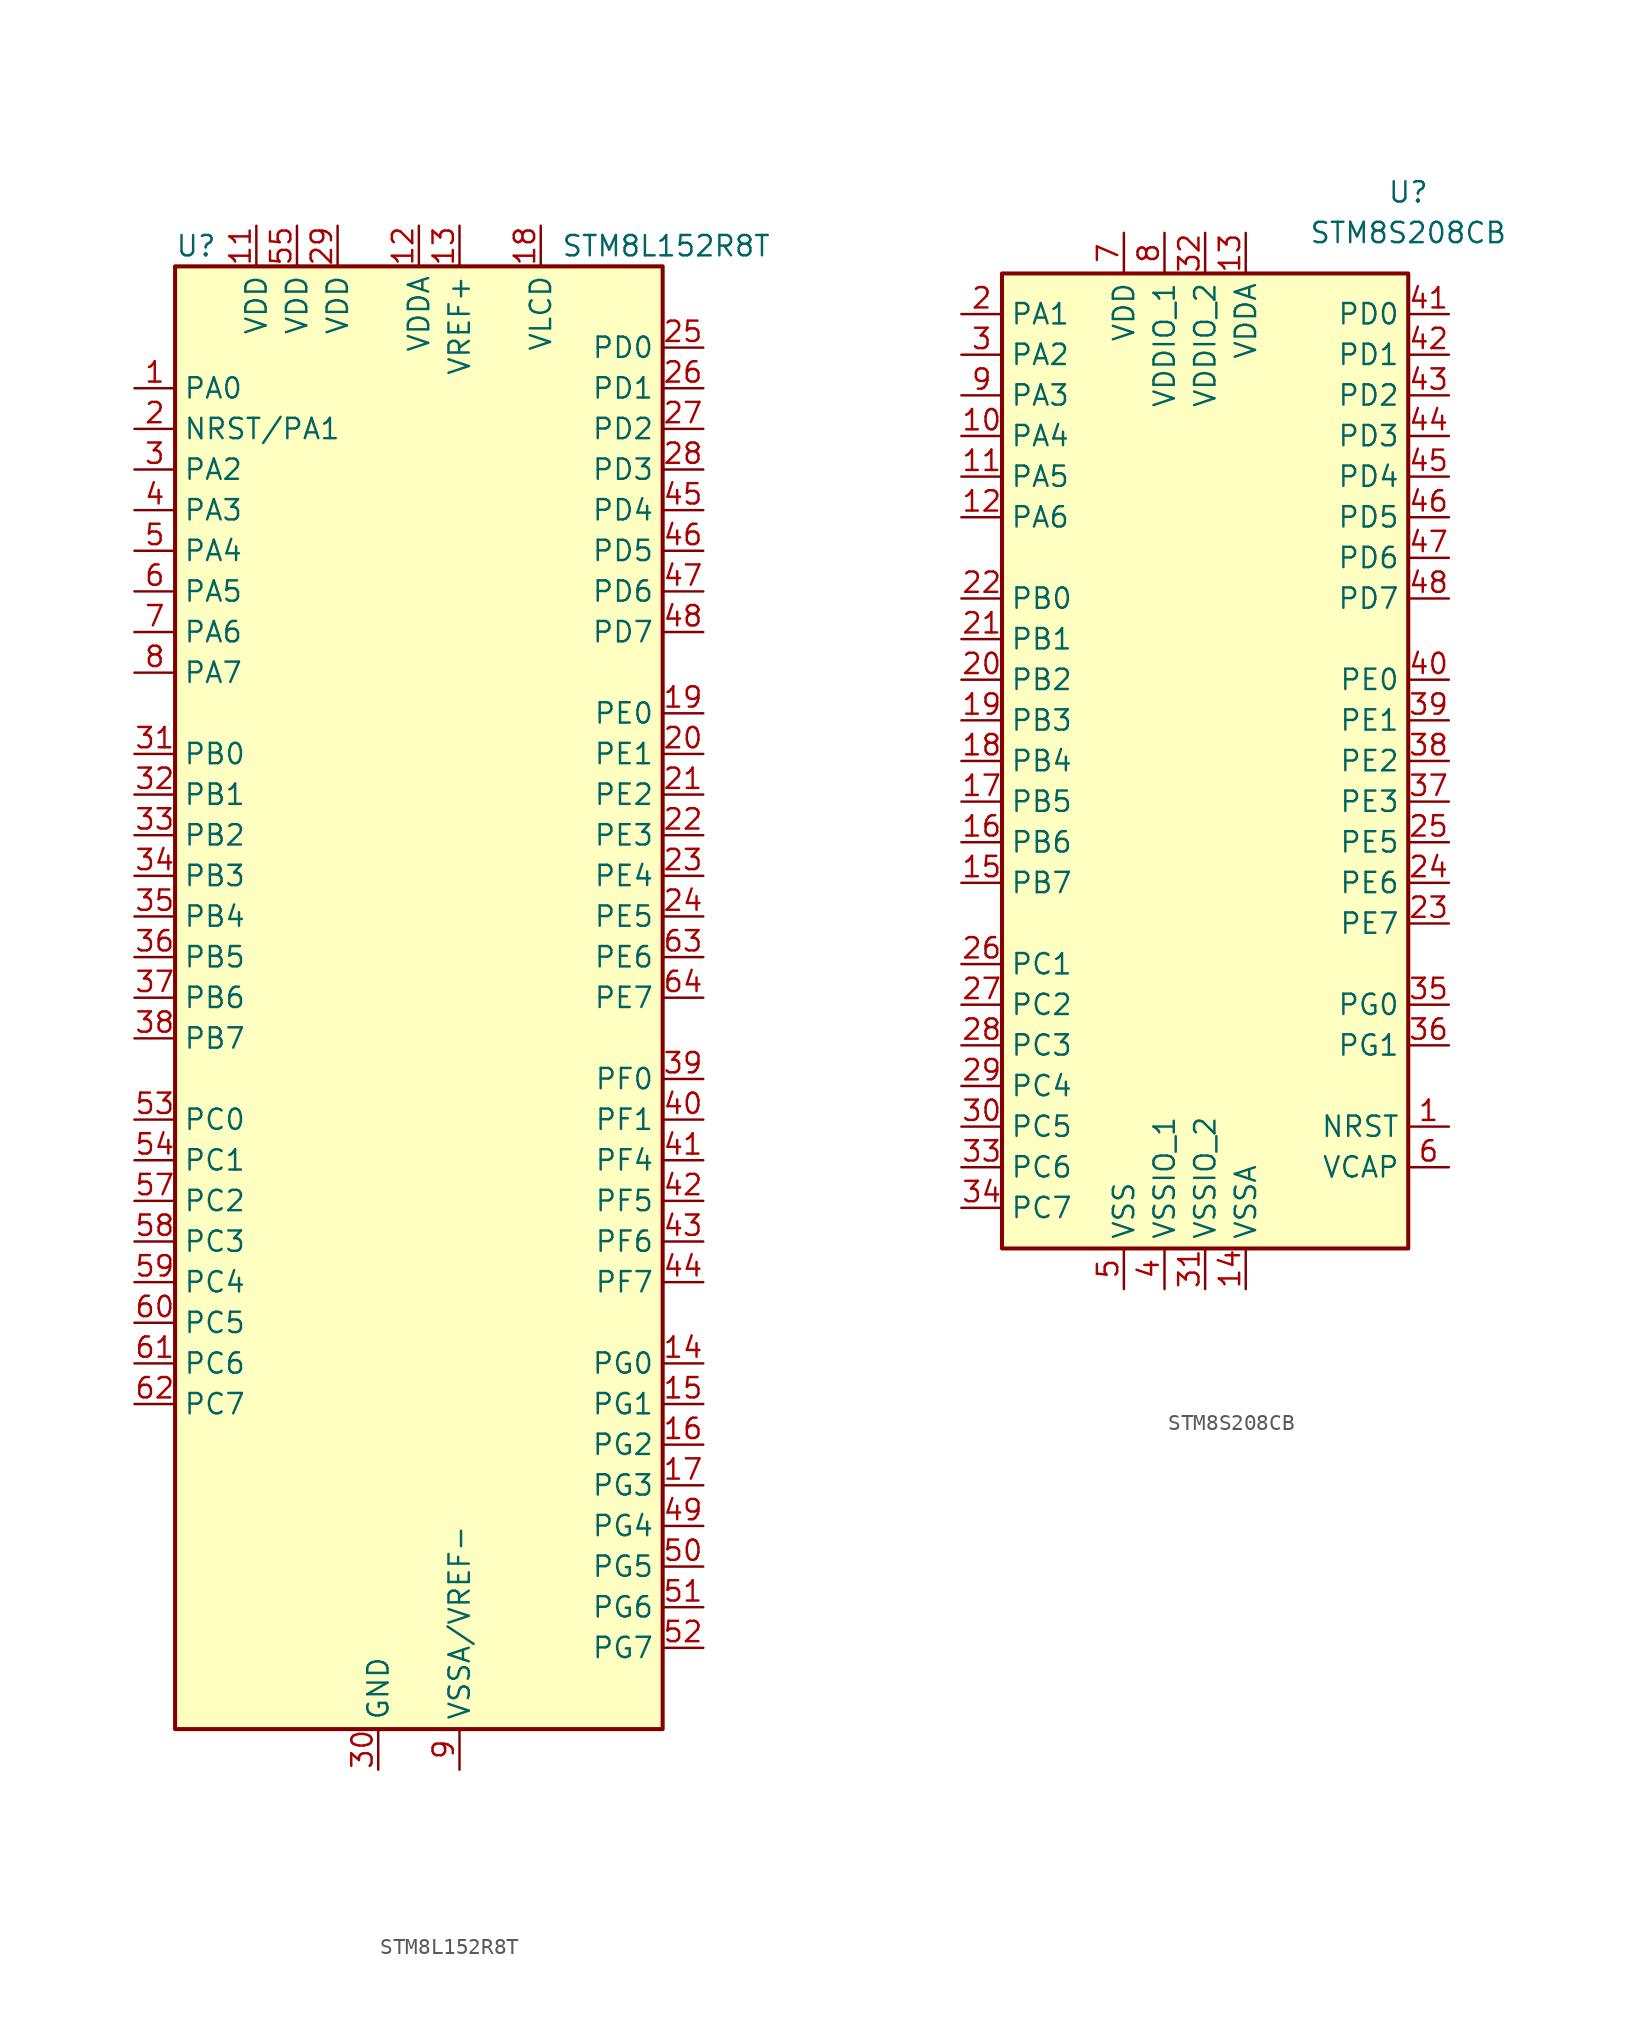
<source format=kicad_sym>
(kicad_symbol_lib
  (version 20241209)
  (generator "kicad_symbol_editor")
  (generator_version "9.0")
  (symbol "STM8L152R8T"
    (property "Reference" "U"
      (at -15.24 46.99 0)
      (effects (font (size 1.27 1.27)) (justify left)))
    (property "Value" "STM8L152R8T"
      (at 8.89 46.99 0)
      (effects (font (size 1.27 1.27)) (justify left)))
    (symbol "STM8L152R8T_0_0"
      (pin bidirectional line (at -17.78 15.24 0) (length 2.54) (name "PB0" (effects (font (size 1.27 1.27)))) (number "31" (effects (font (size 1.27 1.27)))))
      (pin bidirectional line (at -17.78 12.7 0) (length 2.54) (name "PB1" (effects (font (size 1.27 1.27)))) (number "32" (effects (font (size 1.27 1.27)))))
      (pin bidirectional line (at -17.78 10.16 0) (length 2.54) (name "PB2" (effects (font (size 1.27 1.27)))) (number "33" (effects (font (size 1.27 1.27)))))
      (pin bidirectional line (at -17.78 7.62 0) (length 2.54) (name "PB3" (effects (font (size 1.27 1.27)))) (number "34" (effects (font (size 1.27 1.27)))))
      (pin bidirectional line (at -17.78 5.08 0) (length 2.54) (name "PB4" (effects (font (size 1.27 1.27)))) (number "35" (effects (font (size 1.27 1.27)))))
      (pin bidirectional line (at -17.78 2.54 0) (length 2.54) (name "PB5" (effects (font (size 1.27 1.27)))) (number "36" (effects (font (size 1.27 1.27)))))
      (pin bidirectional line (at -17.78 0 0) (length 2.54) (name "PB6" (effects (font (size 1.27 1.27)))) (number "37" (effects (font (size 1.27 1.27)))))
      (pin bidirectional line (at -17.78 -2.54 0) (length 2.54) (name "PB7" (effects (font (size 1.27 1.27)))) (number "38" (effects (font (size 1.27 1.27)))))
      (pin bidirectional line (at -17.78 -7.62 0) (length 2.54) (name "PC0" (effects (font (size 1.27 1.27)))) (number "53" (effects (font (size 1.27 1.27)))))
      (pin bidirectional line (at -17.78 -10.16 0) (length 2.54) (name "PC1" (effects (font (size 1.27 1.27)))) (number "54" (effects (font (size 1.27 1.27)))))
      (pin bidirectional line (at -17.78 -12.7 0) (length 2.54) (name "PC2" (effects (font (size 1.27 1.27)))) (number "57" (effects (font (size 1.27 1.27)))))
      (pin bidirectional line (at -17.78 -15.24 0) (length 2.54) (name "PC3" (effects (font (size 1.27 1.27)))) (number "58" (effects (font (size 1.27 1.27)))))
      (pin bidirectional line (at -17.78 -17.78 0) (length 2.54) (name "PC4" (effects (font (size 1.27 1.27)))) (number "59" (effects (font (size 1.27 1.27)))))
      (pin bidirectional line (at -17.78 -20.32 0) (length 2.54) (name "PC5" (effects (font (size 1.27 1.27)))) (number "60" (effects (font (size 1.27 1.27)))))
      (pin bidirectional line (at -17.78 -22.86 0) (length 2.54) (name "PC6" (effects (font (size 1.27 1.27)))) (number "61" (effects (font (size 1.27 1.27)))))
      (pin bidirectional line (at -17.78 -25.4 0) (length 2.54) (name "PC7" (effects (font (size 1.27 1.27)))) (number "62" (effects (font (size 1.27 1.27)))))
      (pin power_in line (at -7.62 48.26 270) (length 2.54) (name "VDD" (effects (font (size 1.27 1.27)))) (number "55" (effects (font (size 1.27 1.27)))))
      (pin power_in line (at -5.08 48.26 270) (length 2.54) (name "VDD" (effects (font (size 1.27 1.27)))) (number "29" (effects (font (size 1.27 1.27)))))
      (pin passive line (at -2.54 -48.26 90) (length 2.54) (hide yes) (name "GND" (effects (font (size 1.27 1.27)))) (number "10" (effects (font (size 1.27 1.27)))))
      (pin power_in line (at -2.54 -48.26 90) (length 2.54) (name "GND" (effects (font (size 1.27 1.27)))) (number "30" (effects (font (size 1.27 1.27)))))
      (pin passive line (at -2.54 -48.26 90) (length 2.54) (hide yes) (name "GND" (effects (font (size 1.27 1.27)))) (number "56" (effects (font (size 1.27 1.27)))))
      (pin bidirectional line (at 17.78 40.64 180) (length 2.54) (name "PD0" (effects (font (size 1.27 1.27)))) (number "25" (effects (font (size 1.27 1.27)))))
      (pin bidirectional line (at 17.78 38.1 180) (length 2.54) (name "PD1" (effects (font (size 1.27 1.27)))) (number "26" (effects (font (size 1.27 1.27)))))
      (pin bidirectional line (at 17.78 35.56 180) (length 2.54) (name "PD2" (effects (font (size 1.27 1.27)))) (number "27" (effects (font (size 1.27 1.27)))))
      (pin bidirectional line (at 17.78 33.02 180) (length 2.54) (name "PD3" (effects (font (size 1.27 1.27)))) (number "28" (effects (font (size 1.27 1.27)))))
      (pin bidirectional line (at 17.78 30.48 180) (length 2.54) (name "PD4" (effects (font (size 1.27 1.27)))) (number "45" (effects (font (size 1.27 1.27)))))
      (pin bidirectional line (at 17.78 27.94 180) (length 2.54) (name "PD5" (effects (font (size 1.27 1.27)))) (number "46" (effects (font (size 1.27 1.27)))))
      (pin bidirectional line (at 17.78 25.4 180) (length 2.54) (name "PD6" (effects (font (size 1.27 1.27)))) (number "47" (effects (font (size 1.27 1.27)))))
      (pin bidirectional line (at 17.78 22.86 180) (length 2.54) (name "PD7" (effects (font (size 1.27 1.27)))) (number "48" (effects (font (size 1.27 1.27)))))
      (pin bidirectional line (at 17.78 12.7 180) (length 2.54) (name "PE2" (effects (font (size 1.27 1.27)))) (number "21" (effects (font (size 1.27 1.27)))))
      (pin bidirectional line (at 17.78 10.16 180) (length 2.54) (name "PE3" (effects (font (size 1.27 1.27)))) (number "22" (effects (font (size 1.27 1.27)))))
      (pin bidirectional line (at 17.78 7.62 180) (length 2.54) (name "PE4" (effects (font (size 1.27 1.27)))) (number "23" (effects (font (size 1.27 1.27)))))
      (pin bidirectional line (at 17.78 5.08 180) (length 2.54) (name "PE5" (effects (font (size 1.27 1.27)))) (number "24" (effects (font (size 1.27 1.27)))))
      (pin bidirectional line (at 17.78 2.54 180) (length 2.54) (name "PE6" (effects (font (size 1.27 1.27)))) (number "63" (effects (font (size 1.27 1.27)))))
      (pin bidirectional line (at 17.78 0 180) (length 2.54) (name "PE7" (effects (font (size 1.27 1.27)))) (number "64" (effects (font (size 1.27 1.27)))))
      (pin bidirectional line (at 17.78 -5.08 180) (length 2.54) (name "PF0" (effects (font (size 1.27 1.27)))) (number "39" (effects (font (size 1.27 1.27)))))
      (pin bidirectional line (at 17.78 -7.62 180) (length 2.54) (name "PF1" (effects (font (size 1.27 1.27)))) (number "40" (effects (font (size 1.27 1.27)))))
      (pin bidirectional line (at 17.78 -10.16 180) (length 2.54) (name "PF4" (effects (font (size 1.27 1.27)))) (number "41" (effects (font (size 1.27 1.27)))))
      (pin bidirectional line (at 17.78 -12.7 180) (length 2.54) (name "PF5" (effects (font (size 1.27 1.27)))) (number "42" (effects (font (size 1.27 1.27)))))
      (pin bidirectional line (at 17.78 -15.24 180) (length 2.54) (name "PF6" (effects (font (size 1.27 1.27)))) (number "43" (effects (font (size 1.27 1.27)))))
      (pin bidirectional line (at 17.78 -17.78 180) (length 2.54) (name "PF7" (effects (font (size 1.27 1.27)))) (number "44" (effects (font (size 1.27 1.27)))))
      (pin bidirectional line (at 17.78 -33.02 180) (length 2.54) (name "PG4" (effects (font (size 1.27 1.27)))) (number "49" (effects (font (size 1.27 1.27)))))
      (pin bidirectional line (at 17.78 -35.56 180) (length 2.54) (name "PG5" (effects (font (size 1.27 1.27)))) (number "50" (effects (font (size 1.27 1.27)))))
      (pin bidirectional line (at 17.78 -38.1 180) (length 2.54) (name "PG6" (effects (font (size 1.27 1.27)))) (number "51" (effects (font (size 1.27 1.27)))))
      (pin bidirectional line (at 17.78 -40.64 180) (length 2.54) (name "PG7" (effects (font (size 1.27 1.27)))) (number "52" (effects (font (size 1.27 1.27))))))
    (symbol "STM8L152R8T_0_1"
      (rectangle (start -15.24 45.72) (end 15.24 -45.72) (stroke (width 0.254) (type default)) (fill (type background))))
    (symbol "STM8L152R8T_1_1"
      (pin bidirectional line (at -17.78 38.1 0) (length 2.54) (name "PA0" (effects (font (size 1.27 1.27)))) (number "1" (effects (font (size 1.27 1.27)))))
      (pin bidirectional line (at -17.78 35.56 0) (length 2.54) (name "NRST/PA1" (effects (font (size 1.27 1.27)))) (number "2" (effects (font (size 1.27 1.27)))))
      (pin bidirectional line (at -17.78 33.02 0) (length 2.54) (name "PA2" (effects (font (size 1.27 1.27)))) (number "3" (effects (font (size 1.27 1.27)))))
      (pin bidirectional line (at -17.78 30.48 0) (length 2.54) (name "PA3" (effects (font (size 1.27 1.27)))) (number "4" (effects (font (size 1.27 1.27)))))
      (pin bidirectional line (at -17.78 27.94 0) (length 2.54) (name "PA4" (effects (font (size 1.27 1.27)))) (number "5" (effects (font (size 1.27 1.27)))))
      (pin bidirectional line (at -17.78 25.4 0) (length 2.54) (name "PA5" (effects (font (size 1.27 1.27)))) (number "6" (effects (font (size 1.27 1.27)))))
      (pin bidirectional line (at -17.78 22.86 0) (length 2.54) (name "PA6" (effects (font (size 1.27 1.27)))) (number "7" (effects (font (size 1.27 1.27)))))
      (pin bidirectional line (at -17.78 20.32 0) (length 2.54) (name "PA7" (effects (font (size 1.27 1.27)))) (number "8" (effects (font (size 1.27 1.27)))))
      (pin power_in line (at -10.16 48.26 270) (length 2.54) (name "VDD" (effects (font (size 1.27 1.27)))) (number "11" (effects (font (size 1.27 1.27)))))
      (pin power_in line (at 0 48.26 270) (length 2.54) (name "VDDA" (effects (font (size 1.27 1.27)))) (number "12" (effects (font (size 1.27 1.27)))))
      (pin power_in line (at 2.54 48.26 270) (length 2.54) (name "VREF+" (effects (font (size 1.27 1.27)))) (number "13" (effects (font (size 1.27 1.27)))))
      (pin power_in line (at 2.54 -48.26 90) (length 2.54) (name "VSSA/VREF-" (effects (font (size 1.27 1.27)))) (number "9" (effects (font (size 1.27 1.27)))))
      (pin power_in line (at 7.62 48.26 270) (length 2.54) (name "VLCD" (effects (font (size 1.27 1.27)))) (number "18" (effects (font (size 1.27 1.27)))))
      (pin bidirectional line (at 17.78 17.78 180) (length 2.54) (name "PE0" (effects (font (size 1.27 1.27)))) (number "19" (effects (font (size 1.27 1.27)))))
      (pin bidirectional line (at 17.78 15.24 180) (length 2.54) (name "PE1" (effects (font (size 1.27 1.27)))) (number "20" (effects (font (size 1.27 1.27)))))
      (pin bidirectional line (at 17.78 -22.86 180) (length 2.54) (name "PG0" (effects (font (size 1.27 1.27)))) (number "14" (effects (font (size 1.27 1.27)))))
      (pin bidirectional line (at 17.78 -25.4 180) (length 2.54) (name "PG1" (effects (font (size 1.27 1.27)))) (number "15" (effects (font (size 1.27 1.27)))))
      (pin bidirectional line (at 17.78 -27.94 180) (length 2.54) (name "PG2" (effects (font (size 1.27 1.27)))) (number "16" (effects (font (size 1.27 1.27)))))
      (pin bidirectional line (at 17.78 -30.48 180) (length 2.54) (name "PG3" (effects (font (size 1.27 1.27)))) (number "17" (effects (font (size 1.27 1.27)))))))
  (symbol "STM8S208CB"
    (property "Reference" "U"
      (at 12.7 35.56 0)
      (effects (font (size 1.27 1.27))))
    (property "Value" "STM8S208CB"
      (at 12.7 33.02 0)
      (effects (font (size 1.27 1.27))))
    (symbol "STM8S208CB_0_1"
      (rectangle (start -12.7 -30.48) (end 12.7 30.48) (stroke (width 0.254) (type default)) (fill (type background))))
    (symbol "STM8S208CB_1_1"
      (pin bidirectional line (at -15.24 27.94 0) (length 2.54) (name "PA1" (effects (font (size 1.27 1.27)))) (number "2" (effects (font (size 1.27 1.27)))))
      (pin bidirectional line (at -15.24 25.4 0) (length 2.54) (name "PA2" (effects (font (size 1.27 1.27)))) (number "3" (effects (font (size 1.27 1.27)))))
      (pin bidirectional line (at -15.24 22.86 0) (length 2.54) (name "PA3" (effects (font (size 1.27 1.27)))) (number "9" (effects (font (size 1.27 1.27)))))
      (pin bidirectional line (at -15.24 20.32 0) (length 2.54) (name "PA4" (effects (font (size 1.27 1.27)))) (number "10" (effects (font (size 1.27 1.27)))))
      (pin bidirectional line (at -15.24 17.78 0) (length 2.54) (name "PA5" (effects (font (size 1.27 1.27)))) (number "11" (effects (font (size 1.27 1.27)))))
      (pin bidirectional line (at -15.24 15.24 0) (length 2.54) (name "PA6" (effects (font (size 1.27 1.27)))) (number "12" (effects (font (size 1.27 1.27)))))
      (pin bidirectional line (at -15.24 10.16 0) (length 2.54) (name "PB0" (effects (font (size 1.27 1.27)))) (number "22" (effects (font (size 1.27 1.27)))))
      (pin bidirectional line (at -15.24 7.62 0) (length 2.54) (name "PB1" (effects (font (size 1.27 1.27)))) (number "21" (effects (font (size 1.27 1.27)))))
      (pin bidirectional line (at -15.24 5.08 0) (length 2.54) (name "PB2" (effects (font (size 1.27 1.27)))) (number "20" (effects (font (size 1.27 1.27)))))
      (pin bidirectional line (at -15.24 2.54 0) (length 2.54) (name "PB3" (effects (font (size 1.27 1.27)))) (number "19" (effects (font (size 1.27 1.27)))))
      (pin bidirectional line (at -15.24 0 0) (length 2.54) (name "PB4" (effects (font (size 1.27 1.27)))) (number "18" (effects (font (size 1.27 1.27)))))
      (pin bidirectional line (at -15.24 -2.54 0) (length 2.54) (name "PB5" (effects (font (size 1.27 1.27)))) (number "17" (effects (font (size 1.27 1.27)))))
      (pin bidirectional line (at -15.24 -5.08 0) (length 2.54) (name "PB6" (effects (font (size 1.27 1.27)))) (number "16" (effects (font (size 1.27 1.27)))))
      (pin bidirectional line (at -15.24 -7.62 0) (length 2.54) (name "PB7" (effects (font (size 1.27 1.27)))) (number "15" (effects (font (size 1.27 1.27)))))
      (pin bidirectional line (at -15.24 -12.7 0) (length 2.54) (name "PC1" (effects (font (size 1.27 1.27)))) (number "26" (effects (font (size 1.27 1.27)))))
      (pin bidirectional line (at -15.24 -15.24 0) (length 2.54) (name "PC2" (effects (font (size 1.27 1.27)))) (number "27" (effects (font (size 1.27 1.27)))))
      (pin bidirectional line (at -15.24 -17.78 0) (length 2.54) (name "PC3" (effects (font (size 1.27 1.27)))) (number "28" (effects (font (size 1.27 1.27)))))
      (pin bidirectional line (at -15.24 -20.32 0) (length 2.54) (name "PC4" (effects (font (size 1.27 1.27)))) (number "29" (effects (font (size 1.27 1.27)))))
      (pin bidirectional line (at -15.24 -22.86 0) (length 2.54) (name "PC5" (effects (font (size 1.27 1.27)))) (number "30" (effects (font (size 1.27 1.27)))))
      (pin bidirectional line (at -15.24 -25.4 0) (length 2.54) (name "PC6" (effects (font (size 1.27 1.27)))) (number "33" (effects (font (size 1.27 1.27)))))
      (pin bidirectional line (at -15.24 -27.94 0) (length 2.54) (name "PC7" (effects (font (size 1.27 1.27)))) (number "34" (effects (font (size 1.27 1.27)))))
      (pin power_in line (at -5.08 33.02 270) (length 2.54) (name "VDD" (effects (font (size 1.27 1.27)))) (number "7" (effects (font (size 1.27 1.27)))))
      (pin power_in line (at -5.08 -33.02 90) (length 2.54) (name "VSS" (effects (font (size 1.27 1.27)))) (number "5" (effects (font (size 1.27 1.27)))))
      (pin power_in line (at -2.54 33.02 270) (length 2.54) (name "VDDIO_1" (effects (font (size 1.27 1.27)))) (number "8" (effects (font (size 1.27 1.27)))))
      (pin power_in line (at -2.54 -33.02 90) (length 2.54) (name "VSSIO_1" (effects (font (size 1.27 1.27)))) (number "4" (effects (font (size 1.27 1.27)))))
      (pin power_in line (at 0 33.02 270) (length 2.54) (name "VDDIO_2" (effects (font (size 1.27 1.27)))) (number "32" (effects (font (size 1.27 1.27)))))
      (pin power_in line (at 0 -33.02 90) (length 2.54) (name "VSSIO_2" (effects (font (size 1.27 1.27)))) (number "31" (effects (font (size 1.27 1.27)))))
      (pin power_in line (at 2.54 33.02 270) (length 2.54) (name "VDDA" (effects (font (size 1.27 1.27)))) (number "13" (effects (font (size 1.27 1.27)))))
      (pin power_in line (at 2.54 -33.02 90) (length 2.54) (name "VSSA" (effects (font (size 1.27 1.27)))) (number "14" (effects (font (size 1.27 1.27)))))
      (pin bidirectional line (at 15.24 27.94 180) (length 2.54) (name "PD0" (effects (font (size 1.27 1.27)))) (number "41" (effects (font (size 1.27 1.27)))))
      (pin bidirectional line (at 15.24 25.4 180) (length 2.54) (name "PD1" (effects (font (size 1.27 1.27)))) (number "42" (effects (font (size 1.27 1.27)))))
      (pin bidirectional line (at 15.24 22.86 180) (length 2.54) (name "PD2" (effects (font (size 1.27 1.27)))) (number "43" (effects (font (size 1.27 1.27)))))
      (pin bidirectional line (at 15.24 20.32 180) (length 2.54) (name "PD3" (effects (font (size 1.27 1.27)))) (number "44" (effects (font (size 1.27 1.27)))))
      (pin bidirectional line (at 15.24 17.78 180) (length 2.54) (name "PD4" (effects (font (size 1.27 1.27)))) (number "45" (effects (font (size 1.27 1.27)))))
      (pin bidirectional line (at 15.24 15.24 180) (length 2.54) (name "PD5" (effects (font (size 1.27 1.27)))) (number "46" (effects (font (size 1.27 1.27)))))
      (pin bidirectional line (at 15.24 12.7 180) (length 2.54) (name "PD6" (effects (font (size 1.27 1.27)))) (number "47" (effects (font (size 1.27 1.27)))))
      (pin bidirectional line (at 15.24 10.16 180) (length 2.54) (name "PD7" (effects (font (size 1.27 1.27)))) (number "48" (effects (font (size 1.27 1.27)))))
      (pin bidirectional line (at 15.24 5.08 180) (length 2.54) (name "PE0" (effects (font (size 1.27 1.27)))) (number "40" (effects (font (size 1.27 1.27)))))
      (pin bidirectional line (at 15.24 2.54 180) (length 2.54) (name "PE1" (effects (font (size 1.27 1.27)))) (number "39" (effects (font (size 1.27 1.27)))))
      (pin bidirectional line (at 15.24 0 180) (length 2.54) (name "PE2" (effects (font (size 1.27 1.27)))) (number "38" (effects (font (size 1.27 1.27)))))
      (pin bidirectional line (at 15.24 -2.54 180) (length 2.54) (name "PE3" (effects (font (size 1.27 1.27)))) (number "37" (effects (font (size 1.27 1.27)))))
      (pin bidirectional line (at 15.24 -5.08 180) (length 2.54) (name "PE5" (effects (font (size 1.27 1.27)))) (number "25" (effects (font (size 1.27 1.27)))))
      (pin bidirectional line (at 15.24 -7.62 180) (length 2.54) (name "PE6" (effects (font (size 1.27 1.27)))) (number "24" (effects (font (size 1.27 1.27)))))
      (pin bidirectional line (at 15.24 -10.16 180) (length 2.54) (name "PE7" (effects (font (size 1.27 1.27)))) (number "23" (effects (font (size 1.27 1.27)))))
      (pin bidirectional line (at 15.24 -15.24 180) (length 2.54) (name "PG0" (effects (font (size 1.27 1.27)))) (number "35" (effects (font (size 1.27 1.27)))))
      (pin bidirectional line (at 15.24 -17.78 180) (length 2.54) (name "PG1" (effects (font (size 1.27 1.27)))) (number "36" (effects (font (size 1.27 1.27)))))
      (pin input line (at 15.24 -22.86 180) (length 2.54) (name "NRST" (effects (font (size 1.27 1.27)))) (number "1" (effects (font (size 1.27 1.27)))))
      (pin input line (at 15.24 -25.4 180) (length 2.54) (name "VCAP" (effects (font (size 1.27 1.27)))) (number "6" (effects (font (size 1.27 1.27))))))))
</source>
